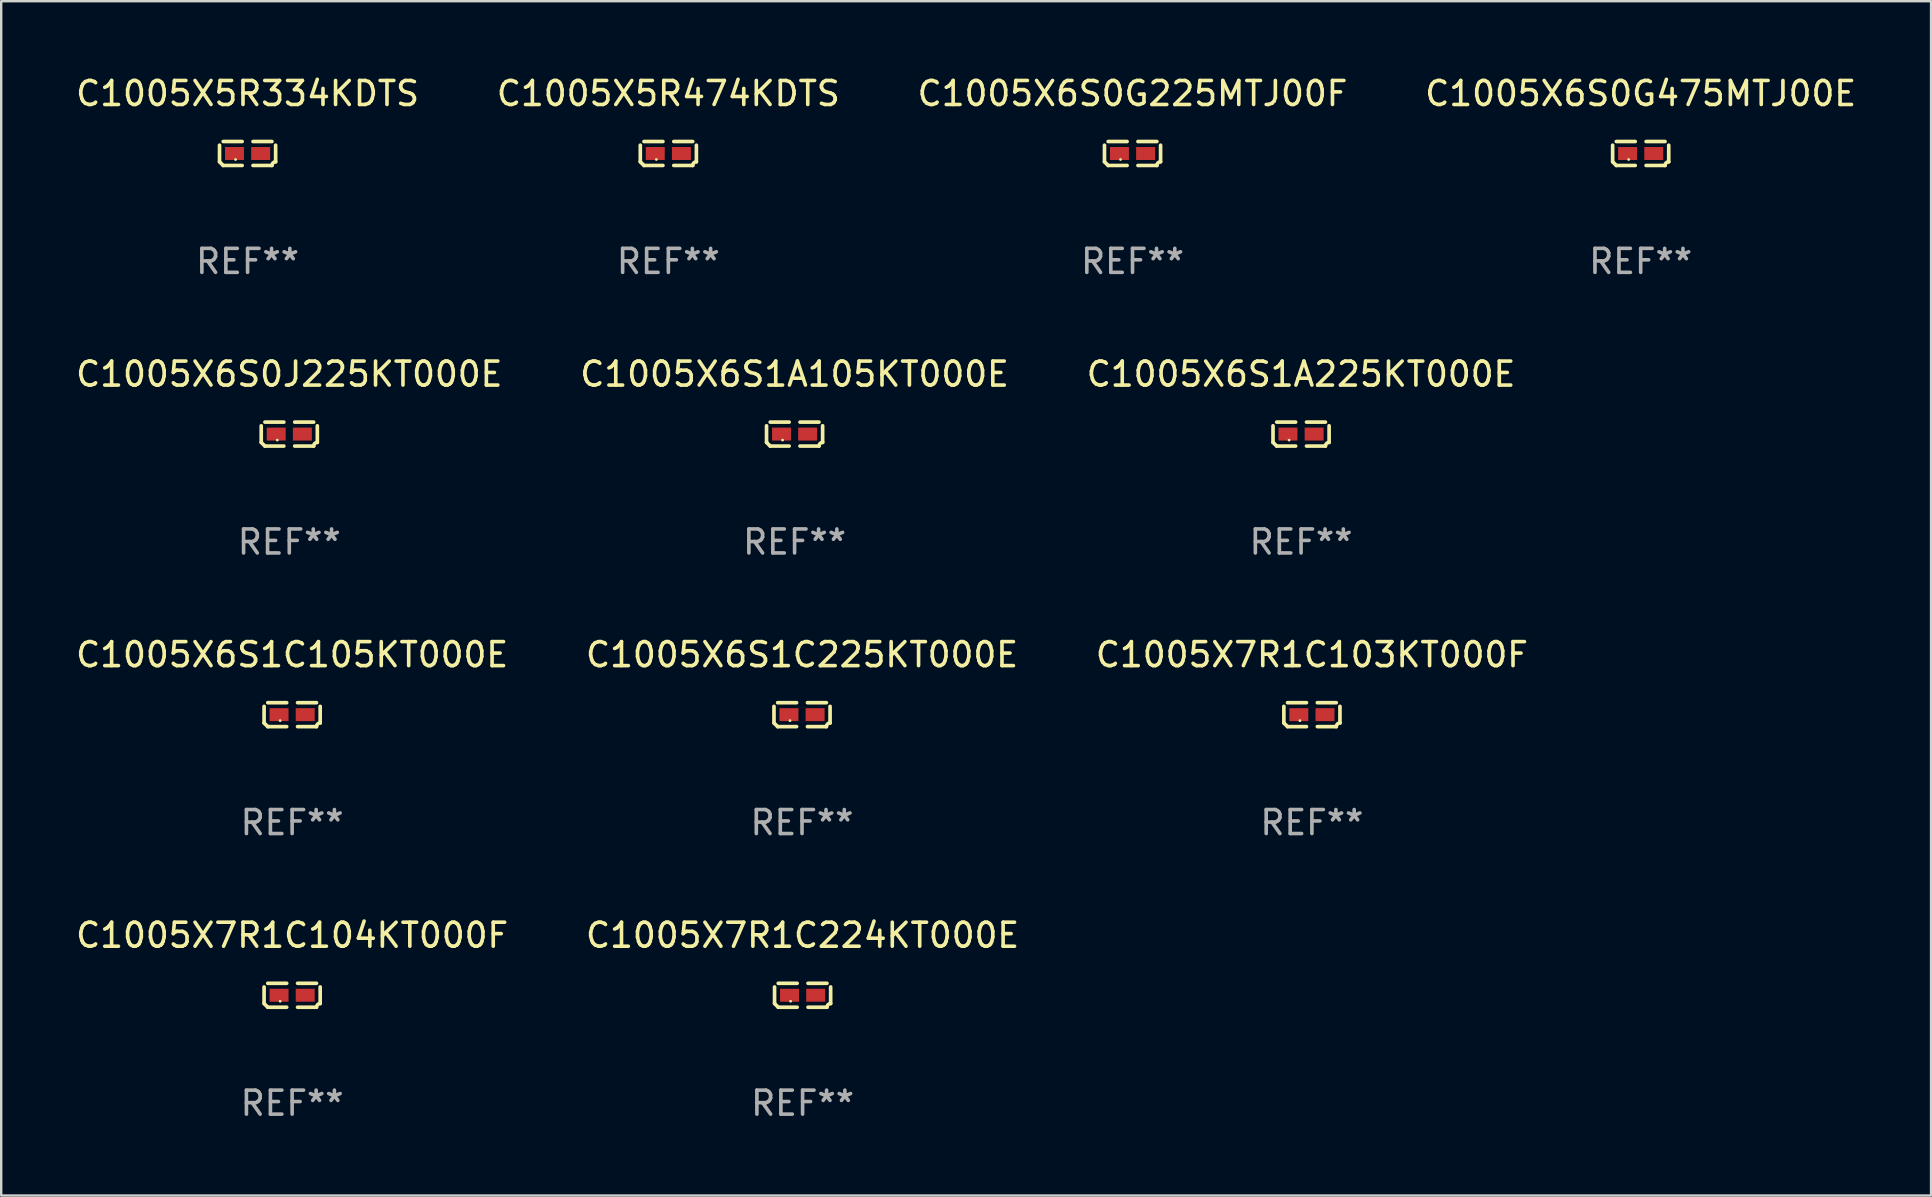
<source format=kicad_pcb>
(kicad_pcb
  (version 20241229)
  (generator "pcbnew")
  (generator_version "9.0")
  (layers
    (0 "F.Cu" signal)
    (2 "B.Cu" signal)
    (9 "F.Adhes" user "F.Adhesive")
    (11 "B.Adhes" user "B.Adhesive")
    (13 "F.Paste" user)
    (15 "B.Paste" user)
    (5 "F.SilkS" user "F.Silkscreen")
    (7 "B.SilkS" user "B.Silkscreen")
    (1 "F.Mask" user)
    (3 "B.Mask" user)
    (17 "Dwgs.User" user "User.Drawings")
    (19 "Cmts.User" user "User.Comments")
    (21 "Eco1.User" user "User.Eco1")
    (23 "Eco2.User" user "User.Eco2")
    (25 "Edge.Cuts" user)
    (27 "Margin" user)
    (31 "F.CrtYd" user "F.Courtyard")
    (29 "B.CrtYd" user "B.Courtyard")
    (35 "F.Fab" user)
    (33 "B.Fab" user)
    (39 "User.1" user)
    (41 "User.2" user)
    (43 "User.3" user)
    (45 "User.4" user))
  (footprint "C1005X6S1C105KT000E"
    (layer "F.Cu")
    (at 9.125 26.734)
    (property "Reference" "C1005X6S1C105KT000E" (at 0 -2.499 0) (layer "F.SilkS") (effects (font (size 1 1) (thickness 0.15))))
    (attr through_hole)
    (fp_line (start -1.169 0.346) (end -1.169 -0.346) (stroke (width 0.152) (type solid)) (layer "F.SilkS"))
    (fp_line (start -1.016 -0.499) (end -0.226 -0.499) (stroke (width 0.152) (type solid)) (layer "F.SilkS"))
    (fp_line (start -0.226 0.499) (end -1.016 0.499) (stroke (width 0.152) (type solid)) (layer "F.SilkS"))
    (fp_line (start 0.226 0.499) (end 1.016 0.499) (stroke (width 0.152) (type solid)) (layer "F.SilkS"))
    (fp_line (start 1.016 -0.499) (end 0.226 -0.499) (stroke (width 0.152) (type solid)) (layer "F.SilkS"))
    (fp_line (start 1.169 0.346) (end 1.169 -0.346) (stroke (width 0.152) (type solid)) (layer "F.SilkS"))
    (fp_arc (start -1.016307 0.498603) (mid -1.092512 0.422405) (end -1.16871 0.3462) (stroke (width 0.1524) (type solid)) (layer "F.SilkS"))
    (fp_arc (start 1.016307 0.498603) (mid 1.060899 0.390758) (end 1.168707 0.346076) (stroke (width 0.1524) (type solid)) (layer "F.SilkS"))
    (fp_circle (center -0.5 0.25) (end -0.47 0.25) (stroke (width 0.06) (type solid)) (fill no) (layer "F.SilkS"))
    (fp_text user "REF**" (at 0 4.499 0) (layer "F.Fab") (effects (font (size 1 1) (thickness 0.15))))
    (pad "1" smd rect (at -0.545 0) (size 0.79 0.54) (layers "F.Cu" "F.Mask" "F.Paste"))
    (pad "2" smd rect (at 0.545 0) (size 0.79 0.54) (layers "F.Cu" "F.Mask" "F.Paste")))
  (footprint "C1005X5R474KDTS"
    (layer "F.Cu")
    (at 24.804 3.347)
    (property "Reference" "C1005X5R474KDTS" (at 0 -2.499 0) (layer "F.SilkS") (effects (font (size 1 1) (thickness 0.15))))
    (attr through_hole)
    (fp_line (start -1.169 0.346) (end -1.169 -0.346) (stroke (width 0.152) (type solid)) (layer "F.SilkS"))
    (fp_line (start -1.016 -0.499) (end -0.226 -0.499) (stroke (width 0.152) (type solid)) (layer "F.SilkS"))
    (fp_line (start -0.226 0.499) (end -1.016 0.499) (stroke (width 0.152) (type solid)) (layer "F.SilkS"))
    (fp_line (start 0.226 0.499) (end 1.016 0.499) (stroke (width 0.152) (type solid)) (layer "F.SilkS"))
    (fp_line (start 1.016 -0.499) (end 0.226 -0.499) (stroke (width 0.152) (type solid)) (layer "F.SilkS"))
    (fp_line (start 1.169 0.346) (end 1.169 -0.346) (stroke (width 0.152) (type solid)) (layer "F.SilkS"))
    (fp_arc (start -1.016307 0.498603) (mid -1.092512 0.422405) (end -1.16871 0.3462) (stroke (width 0.1524) (type solid)) (layer "F.SilkS"))
    (fp_arc (start 1.016307 0.498603) (mid 1.060899 0.390758) (end 1.168707 0.346076) (stroke (width 0.1524) (type solid)) (layer "F.SilkS"))
    (fp_circle (center -0.5 0.25) (end -0.47 0.25) (stroke (width 0.06) (type solid)) (fill no) (layer "F.SilkS"))
    (fp_text user "REF**" (at 0 4.499 0) (layer "F.Fab") (effects (font (size 1 1) (thickness 0.15))))
    (pad "1" smd rect (at -0.545 0) (size 0.79 0.54) (layers "F.Cu" "F.Mask" "F.Paste"))
    (pad "2" smd rect (at 0.545 0) (size 0.79 0.54) (layers "F.Cu" "F.Mask" "F.Paste")))
  (footprint "C1005X7R1C104KT000F"
    (layer "F.Cu")
    (at 9.125 38.428)
    (property "Reference" "C1005X7R1C104KT000F" (at 0 -2.499 0) (layer "F.SilkS") (effects (font (size 1 1) (thickness 0.15))))
    (attr through_hole)
    (fp_line (start -1.169 0.346) (end -1.169 -0.346) (stroke (width 0.152) (type solid)) (layer "F.SilkS"))
    (fp_line (start -1.016 -0.499) (end -0.226 -0.499) (stroke (width 0.152) (type solid)) (layer "F.SilkS"))
    (fp_line (start -0.226 0.499) (end -1.016 0.499) (stroke (width 0.152) (type solid)) (layer "F.SilkS"))
    (fp_line (start 0.226 0.499) (end 1.016 0.499) (stroke (width 0.152) (type solid)) (layer "F.SilkS"))
    (fp_line (start 1.016 -0.499) (end 0.226 -0.499) (stroke (width 0.152) (type solid)) (layer "F.SilkS"))
    (fp_line (start 1.169 0.346) (end 1.169 -0.346) (stroke (width 0.152) (type solid)) (layer "F.SilkS"))
    (fp_arc (start -1.016307 0.498603) (mid -1.092512 0.422405) (end -1.16871 0.3462) (stroke (width 0.1524) (type solid)) (layer "F.SilkS"))
    (fp_arc (start 1.016307 0.498603) (mid 1.060899 0.390758) (end 1.168707 0.346076) (stroke (width 0.1524) (type solid)) (layer "F.SilkS"))
    (fp_circle (center -0.5 0.25) (end -0.47 0.25) (stroke (width 0.06) (type solid)) (fill no) (layer "F.SilkS"))
    (fp_text user "REF**" (at 0 4.499 0) (layer "F.Fab") (effects (font (size 1 1) (thickness 0.15))))
    (pad "1" smd rect (at -0.545 0) (size 0.79 0.54) (layers "F.Cu" "F.Mask" "F.Paste"))
    (pad "2" smd rect (at 0.545 0) (size 0.79 0.54) (layers "F.Cu" "F.Mask" "F.Paste")))
  (footprint "C1005X6S1A225KT000E"
    (layer "F.Cu")
    (at 51.173 15.041)
    (property "Reference" "C1005X6S1A225KT000E" (at 0 -2.499 0) (layer "F.SilkS") (effects (font (size 1 1) (thickness 0.15))))
    (attr through_hole)
    (fp_line (start -1.169 0.346) (end -1.169 -0.346) (stroke (width 0.152) (type solid)) (layer "F.SilkS"))
    (fp_line (start -1.016 -0.499) (end -0.226 -0.499) (stroke (width 0.152) (type solid)) (layer "F.SilkS"))
    (fp_line (start -0.226 0.499) (end -1.016 0.499) (stroke (width 0.152) (type solid)) (layer "F.SilkS"))
    (fp_line (start 0.226 0.499) (end 1.016 0.499) (stroke (width 0.152) (type solid)) (layer "F.SilkS"))
    (fp_line (start 1.016 -0.499) (end 0.226 -0.499) (stroke (width 0.152) (type solid)) (layer "F.SilkS"))
    (fp_line (start 1.169 0.346) (end 1.169 -0.346) (stroke (width 0.152) (type solid)) (layer "F.SilkS"))
    (fp_arc (start -1.016307 0.498603) (mid -1.092512 0.422405) (end -1.16871 0.3462) (stroke (width 0.1524) (type solid)) (layer "F.SilkS"))
    (fp_arc (start 1.016307 0.498603) (mid 1.060899 0.390758) (end 1.168707 0.346076) (stroke (width 0.1524) (type solid)) (layer "F.SilkS"))
    (fp_circle (center -0.5 0.25) (end -0.47 0.25) (stroke (width 0.06) (type solid)) (fill no) (layer "F.SilkS"))
    (fp_text user "REF**" (at 0 4.499 0) (layer "F.Fab") (effects (font (size 1 1) (thickness 0.15))))
    (pad "1" smd rect (at -0.545 0) (size 0.79 0.54) (layers "F.Cu" "F.Mask" "F.Paste"))
    (pad "2" smd rect (at 0.545 0) (size 0.79 0.54) (layers "F.Cu" "F.Mask" "F.Paste")))
  (footprint "C1005X6S0J225KT000E"
    (layer "F.Cu")
    (at 9.006 15.041)
    (property "Reference" "C1005X6S0J225KT000E" (at 0 -2.499 0) (layer "F.SilkS") (effects (font (size 1 1) (thickness 0.15))))
    (attr through_hole)
    (fp_line (start -1.169 0.346) (end -1.169 -0.346) (stroke (width 0.152) (type solid)) (layer "F.SilkS"))
    (fp_line (start -1.016 -0.499) (end -0.226 -0.499) (stroke (width 0.152) (type solid)) (layer "F.SilkS"))
    (fp_line (start -0.226 0.499) (end -1.016 0.499) (stroke (width 0.152) (type solid)) (layer "F.SilkS"))
    (fp_line (start 0.226 0.499) (end 1.016 0.499) (stroke (width 0.152) (type solid)) (layer "F.SilkS"))
    (fp_line (start 1.016 -0.499) (end 0.226 -0.499) (stroke (width 0.152) (type solid)) (layer "F.SilkS"))
    (fp_line (start 1.169 0.346) (end 1.169 -0.346) (stroke (width 0.152) (type solid)) (layer "F.SilkS"))
    (fp_arc (start -1.016307 0.498603) (mid -1.092512 0.422405) (end -1.16871 0.3462) (stroke (width 0.1524) (type solid)) (layer "F.SilkS"))
    (fp_arc (start 1.016307 0.498603) (mid 1.060899 0.390758) (end 1.168707 0.346076) (stroke (width 0.1524) (type solid)) (layer "F.SilkS"))
    (fp_circle (center -0.5 0.25) (end -0.47 0.25) (stroke (width 0.06) (type solid)) (fill no) (layer "F.SilkS"))
    (fp_text user "REF**" (at 0 4.499 0) (layer "F.Fab") (effects (font (size 1 1) (thickness 0.15))))
    (pad "1" smd rect (at -0.545 0) (size 0.79 0.54) (layers "F.Cu" "F.Mask" "F.Paste"))
    (pad "2" smd rect (at 0.545 0) (size 0.79 0.54) (layers "F.Cu" "F.Mask" "F.Paste")))
  (footprint "C1005X6S1A105KT000E"
    (layer "F.Cu")
    (at 30.065 15.041)
    (property "Reference" "C1005X6S1A105KT000E" (at 0 -2.499 0) (layer "F.SilkS") (effects (font (size 1 1) (thickness 0.15))))
    (attr through_hole)
    (fp_line (start -1.169 0.346) (end -1.169 -0.346) (stroke (width 0.152) (type solid)) (layer "F.SilkS"))
    (fp_line (start -1.016 -0.499) (end -0.226 -0.499) (stroke (width 0.152) (type solid)) (layer "F.SilkS"))
    (fp_line (start -0.226 0.499) (end -1.016 0.499) (stroke (width 0.152) (type solid)) (layer "F.SilkS"))
    (fp_line (start 0.226 0.499) (end 1.016 0.499) (stroke (width 0.152) (type solid)) (layer "F.SilkS"))
    (fp_line (start 1.016 -0.499) (end 0.226 -0.499) (stroke (width 0.152) (type solid)) (layer "F.SilkS"))
    (fp_line (start 1.169 0.346) (end 1.169 -0.346) (stroke (width 0.152) (type solid)) (layer "F.SilkS"))
    (fp_arc (start -1.016307 0.498603) (mid -1.092512 0.422405) (end -1.16871 0.3462) (stroke (width 0.1524) (type solid)) (layer "F.SilkS"))
    (fp_arc (start 1.016307 0.498603) (mid 1.060899 0.390758) (end 1.168707 0.346076) (stroke (width 0.1524) (type solid)) (layer "F.SilkS"))
    (fp_circle (center -0.5 0.25) (end -0.47 0.25) (stroke (width 0.06) (type solid)) (fill no) (layer "F.SilkS"))
    (fp_text user "REF**" (at 0 4.499 0) (layer "F.Fab") (effects (font (size 1 1) (thickness 0.15))))
    (pad "1" smd rect (at -0.545 0) (size 0.79 0.54) (layers "F.Cu" "F.Mask" "F.Paste"))
    (pad "2" smd rect (at 0.545 0) (size 0.79 0.54) (layers "F.Cu" "F.Mask" "F.Paste")))
  (footprint "C1005X6S1C225KT000E"
    (layer "F.Cu")
    (at 30.375 26.734)
    (property "Reference" "C1005X6S1C225KT000E" (at 0 -2.499 0) (layer "F.SilkS") (effects (font (size 1 1) (thickness 0.15))))
    (attr through_hole)
    (fp_line (start -1.169 0.346) (end -1.169 -0.346) (stroke (width 0.152) (type solid)) (layer "F.SilkS"))
    (fp_line (start -1.016 -0.499) (end -0.226 -0.499) (stroke (width 0.152) (type solid)) (layer "F.SilkS"))
    (fp_line (start -0.226 0.499) (end -1.016 0.499) (stroke (width 0.152) (type solid)) (layer "F.SilkS"))
    (fp_line (start 0.226 0.499) (end 1.016 0.499) (stroke (width 0.152) (type solid)) (layer "F.SilkS"))
    (fp_line (start 1.016 -0.499) (end 0.226 -0.499) (stroke (width 0.152) (type solid)) (layer "F.SilkS"))
    (fp_line (start 1.169 0.346) (end 1.169 -0.346) (stroke (width 0.152) (type solid)) (layer "F.SilkS"))
    (fp_arc (start -1.016307 0.498603) (mid -1.092512 0.422405) (end -1.16871 0.3462) (stroke (width 0.1524) (type solid)) (layer "F.SilkS"))
    (fp_arc (start 1.016307 0.498603) (mid 1.060899 0.390758) (end 1.168707 0.346076) (stroke (width 0.1524) (type solid)) (layer "F.SilkS"))
    (fp_circle (center -0.5 0.25) (end -0.47 0.25) (stroke (width 0.06) (type solid)) (fill no) (layer "F.SilkS"))
    (fp_text user "REF**" (at 0 4.499 0) (layer "F.Fab") (effects (font (size 1 1) (thickness 0.15))))
    (pad "1" smd rect (at -0.545 0) (size 0.79 0.54) (layers "F.Cu" "F.Mask" "F.Paste"))
    (pad "2" smd rect (at 0.545 0) (size 0.79 0.54) (layers "F.Cu" "F.Mask" "F.Paste")))
  (footprint "C1005X7R1C103KT000F"
    (layer "F.Cu")
    (at 51.625 26.734)
    (property "Reference" "C1005X7R1C103KT000F" (at 0 -2.499 0) (layer "F.SilkS") (effects (font (size 1 1) (thickness 0.15))))
    (attr through_hole)
    (fp_line (start -1.169 0.346) (end -1.169 -0.346) (stroke (width 0.152) (type solid)) (layer "F.SilkS"))
    (fp_line (start -1.016 -0.499) (end -0.226 -0.499) (stroke (width 0.152) (type solid)) (layer "F.SilkS"))
    (fp_line (start -0.226 0.499) (end -1.016 0.499) (stroke (width 0.152) (type solid)) (layer "F.SilkS"))
    (fp_line (start 0.226 0.499) (end 1.016 0.499) (stroke (width 0.152) (type solid)) (layer "F.SilkS"))
    (fp_line (start 1.016 -0.499) (end 0.226 -0.499) (stroke (width 0.152) (type solid)) (layer "F.SilkS"))
    (fp_line (start 1.169 0.346) (end 1.169 -0.346) (stroke (width 0.152) (type solid)) (layer "F.SilkS"))
    (fp_arc (start -1.016307 0.498603) (mid -1.092512 0.422405) (end -1.16871 0.3462) (stroke (width 0.1524) (type solid)) (layer "F.SilkS"))
    (fp_arc (start 1.016307 0.498603) (mid 1.060899 0.390758) (end 1.168707 0.346076) (stroke (width 0.1524) (type solid)) (layer "F.SilkS"))
    (fp_circle (center -0.5 0.25) (end -0.47 0.25) (stroke (width 0.06) (type solid)) (fill no) (layer "F.SilkS"))
    (fp_text user "REF**" (at 0 4.499 0) (layer "F.Fab") (effects (font (size 1 1) (thickness 0.15))))
    (pad "1" smd rect (at -0.545 0) (size 0.79 0.54) (layers "F.Cu" "F.Mask" "F.Paste"))
    (pad "2" smd rect (at 0.545 0) (size 0.79 0.54) (layers "F.Cu" "F.Mask" "F.Paste")))
  (footprint "C1005X5R334KDTS"
    (layer "F.Cu")
    (at 7.268 3.347)
    (property "Reference" "C1005X5R334KDTS" (at 0 -2.499 0) (layer "F.SilkS") (effects (font (size 1 1) (thickness 0.15))))
    (attr through_hole)
    (fp_line (start -1.169 0.346) (end -1.169 -0.346) (stroke (width 0.152) (type solid)) (layer "F.SilkS"))
    (fp_line (start -1.016 -0.499) (end -0.226 -0.499) (stroke (width 0.152) (type solid)) (layer "F.SilkS"))
    (fp_line (start -0.226 0.499) (end -1.016 0.499) (stroke (width 0.152) (type solid)) (layer "F.SilkS"))
    (fp_line (start 0.226 0.499) (end 1.016 0.499) (stroke (width 0.152) (type solid)) (layer "F.SilkS"))
    (fp_line (start 1.016 -0.499) (end 0.226 -0.499) (stroke (width 0.152) (type solid)) (layer "F.SilkS"))
    (fp_line (start 1.169 0.346) (end 1.169 -0.346) (stroke (width 0.152) (type solid)) (layer "F.SilkS"))
    (fp_arc (start -1.016307 0.498603) (mid -1.092512 0.422405) (end -1.16871 0.3462) (stroke (width 0.1524) (type solid)) (layer "F.SilkS"))
    (fp_arc (start 1.016307 0.498603) (mid 1.060899 0.390758) (end 1.168707 0.346076) (stroke (width 0.1524) (type solid)) (layer "F.SilkS"))
    (fp_circle (center -0.5 0.25) (end -0.47 0.25) (stroke (width 0.06) (type solid)) (fill no) (layer "F.SilkS"))
    (fp_text user "REF**" (at 0 4.499 0) (layer "F.Fab") (effects (font (size 1 1) (thickness 0.15))))
    (pad "1" smd rect (at -0.545 0) (size 0.79 0.54) (layers "F.Cu" "F.Mask" "F.Paste"))
    (pad "2" smd rect (at 0.545 0) (size 0.79 0.54) (layers "F.Cu" "F.Mask" "F.Paste")))
  (footprint "C1005X7R1C224KT000E"
    (layer "F.Cu")
    (at 30.399 38.428)
    (property "Reference" "C1005X7R1C224KT000E" (at 0 -2.499 0) (layer "F.SilkS") (effects (font (size 1 1) (thickness 0.15))))
    (attr through_hole)
    (fp_line (start -1.169 0.346) (end -1.169 -0.346) (stroke (width 0.152) (type solid)) (layer "F.SilkS"))
    (fp_line (start -1.016 -0.499) (end -0.226 -0.499) (stroke (width 0.152) (type solid)) (layer "F.SilkS"))
    (fp_line (start -0.226 0.499) (end -1.016 0.499) (stroke (width 0.152) (type solid)) (layer "F.SilkS"))
    (fp_line (start 0.226 0.499) (end 1.016 0.499) (stroke (width 0.152) (type solid)) (layer "F.SilkS"))
    (fp_line (start 1.016 -0.499) (end 0.226 -0.499) (stroke (width 0.152) (type solid)) (layer "F.SilkS"))
    (fp_line (start 1.169 0.346) (end 1.169 -0.346) (stroke (width 0.152) (type solid)) (layer "F.SilkS"))
    (fp_arc (start -1.016307 0.498603) (mid -1.092512 0.422405) (end -1.16871 0.3462) (stroke (width 0.1524) (type solid)) (layer "F.SilkS"))
    (fp_arc (start 1.016307 0.498603) (mid 1.060899 0.390758) (end 1.168707 0.346076) (stroke (width 0.1524) (type solid)) (layer "F.SilkS"))
    (fp_circle (center -0.5 0.25) (end -0.47 0.25) (stroke (width 0.06) (type solid)) (fill no) (layer "F.SilkS"))
    (fp_text user "REF**" (at 0 4.499 0) (layer "F.Fab") (effects (font (size 1 1) (thickness 0.15))))
    (pad "1" smd rect (at -0.545 0) (size 0.79 0.54) (layers "F.Cu" "F.Mask" "F.Paste"))
    (pad "2" smd rect (at 0.545 0) (size 0.79 0.54) (layers "F.Cu" "F.Mask" "F.Paste")))
  (footprint "C1005X6S0G225MTJ00F"
    (layer "F.Cu")
    (at 44.149 3.347)
    (property "Reference" "C1005X6S0G225MTJ00F" (at 0 -2.499 0) (layer "F.SilkS") (effects (font (size 1 1) (thickness 0.15))))
    (attr through_hole)
    (fp_line (start -1.169 0.346) (end -1.169 -0.346) (stroke (width 0.152) (type solid)) (layer "F.SilkS"))
    (fp_line (start -1.016 -0.499) (end -0.226 -0.499) (stroke (width 0.152) (type solid)) (layer "F.SilkS"))
    (fp_line (start -0.226 0.499) (end -1.016 0.499) (stroke (width 0.152) (type solid)) (layer "F.SilkS"))
    (fp_line (start 0.226 0.499) (end 1.016 0.499) (stroke (width 0.152) (type solid)) (layer "F.SilkS"))
    (fp_line (start 1.016 -0.499) (end 0.226 -0.499) (stroke (width 0.152) (type solid)) (layer "F.SilkS"))
    (fp_line (start 1.169 0.346) (end 1.169 -0.346) (stroke (width 0.152) (type solid)) (layer "F.SilkS"))
    (fp_arc (start -1.016307 0.498603) (mid -1.092512 0.422405) (end -1.16871 0.3462) (stroke (width 0.1524) (type solid)) (layer "F.SilkS"))
    (fp_arc (start 1.016307 0.498603) (mid 1.060899 0.390758) (end 1.168707 0.346076) (stroke (width 0.1524) (type solid)) (layer "F.SilkS"))
    (fp_circle (center -0.5 0.25) (end -0.47 0.25) (stroke (width 0.06) (type solid)) (fill no) (layer "F.SilkS"))
    (fp_text user "REF**" (at 0 4.499 0) (layer "F.Fab") (effects (font (size 1 1) (thickness 0.15))))
    (pad "1" smd rect (at -0.545 0) (size 0.79 0.54) (layers "F.Cu" "F.Mask" "F.Paste"))
    (pad "2" smd rect (at 0.545 0) (size 0.79 0.54) (layers "F.Cu" "F.Mask" "F.Paste")))
  (footprint "C1005X6S0G475MTJ00E"
    (layer "F.Cu")
    (at 65.327 3.347)
    (property "Reference" "C1005X6S0G475MTJ00E" (at 0 -2.499 0) (layer "F.SilkS") (effects (font (size 1 1) (thickness 0.15))))
    (attr through_hole)
    (fp_line (start -1.169 0.346) (end -1.169 -0.346) (stroke (width 0.152) (type solid)) (layer "F.SilkS"))
    (fp_line (start -1.016 -0.499) (end -0.226 -0.499) (stroke (width 0.152) (type solid)) (layer "F.SilkS"))
    (fp_line (start -0.226 0.499) (end -1.016 0.499) (stroke (width 0.152) (type solid)) (layer "F.SilkS"))
    (fp_line (start 0.226 0.499) (end 1.016 0.499) (stroke (width 0.152) (type solid)) (layer "F.SilkS"))
    (fp_line (start 1.016 -0.499) (end 0.226 -0.499) (stroke (width 0.152) (type solid)) (layer "F.SilkS"))
    (fp_line (start 1.169 0.346) (end 1.169 -0.346) (stroke (width 0.152) (type solid)) (layer "F.SilkS"))
    (fp_arc (start -1.016307 0.498603) (mid -1.092512 0.422405) (end -1.16871 0.3462) (stroke (width 0.1524) (type solid)) (layer "F.SilkS"))
    (fp_arc (start 1.016307 0.498603) (mid 1.060899 0.390758) (end 1.168707 0.346076) (stroke (width 0.1524) (type solid)) (layer "F.SilkS"))
    (fp_circle (center -0.5 0.25) (end -0.47 0.25) (stroke (width 0.06) (type solid)) (fill no) (layer "F.SilkS"))
    (fp_text user "REF**" (at 0 4.499 0) (layer "F.Fab") (effects (font (size 1 1) (thickness 0.15))))
    (pad "1" smd rect (at -0.545 0) (size 0.79 0.54) (layers "F.Cu" "F.Mask" "F.Paste"))
    (pad "2" smd rect (at 0.545 0) (size 0.79 0.54) (layers "F.Cu" "F.Mask" "F.Paste")))
  (gr_rect
    (start -3 -3)
    (end 77.429 46.775)
    (stroke (width 0.1) (type default))
    (fill no)
    (layer "Edge.Cuts")))
</source>
